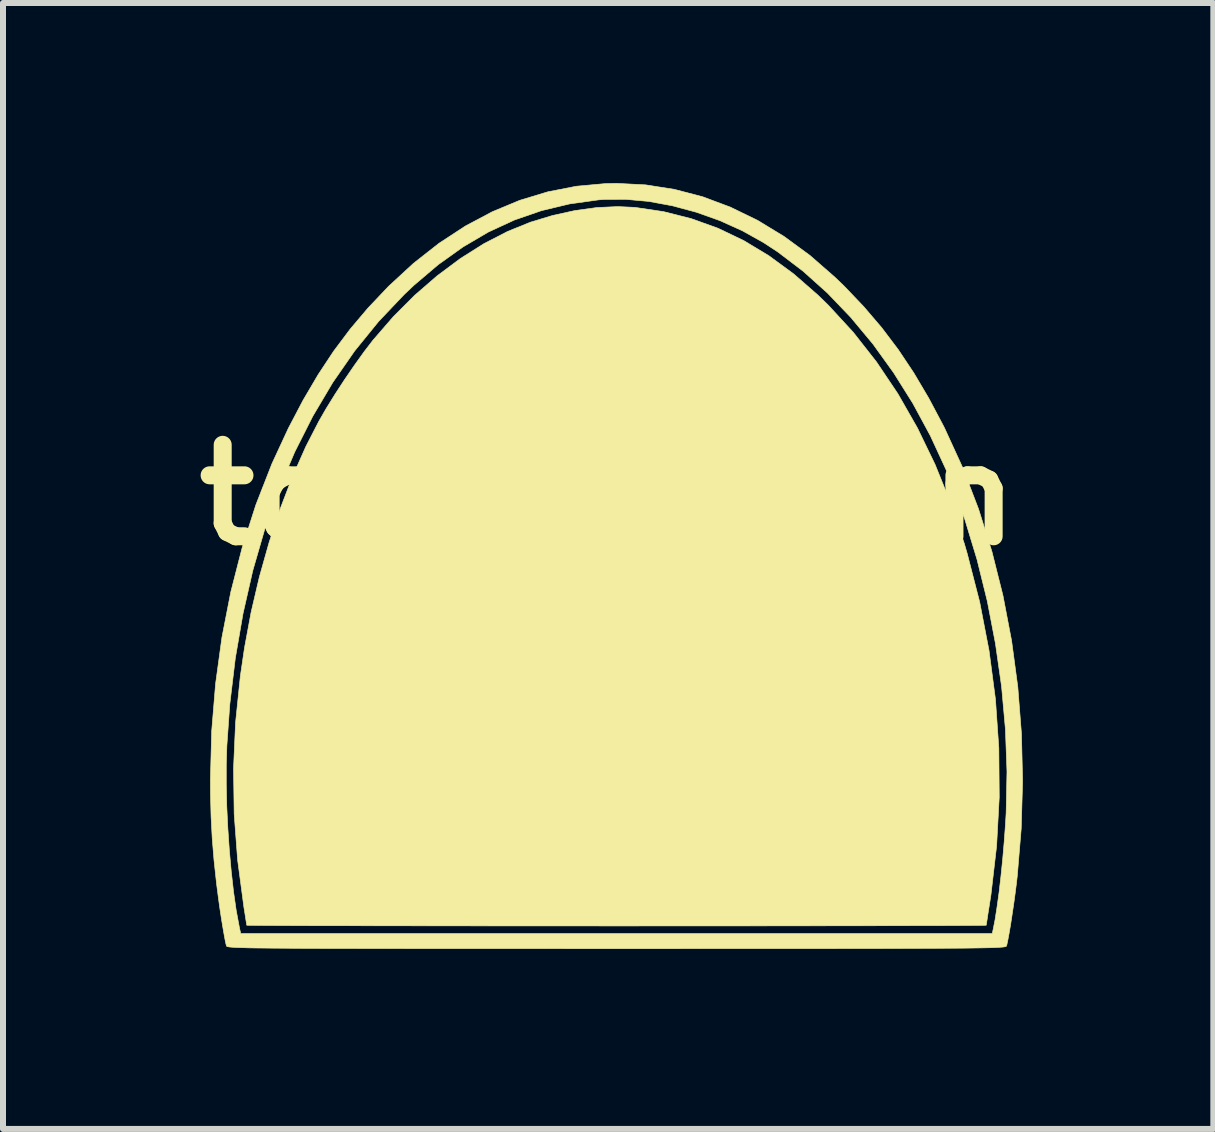
<source format=kicad_pcb>
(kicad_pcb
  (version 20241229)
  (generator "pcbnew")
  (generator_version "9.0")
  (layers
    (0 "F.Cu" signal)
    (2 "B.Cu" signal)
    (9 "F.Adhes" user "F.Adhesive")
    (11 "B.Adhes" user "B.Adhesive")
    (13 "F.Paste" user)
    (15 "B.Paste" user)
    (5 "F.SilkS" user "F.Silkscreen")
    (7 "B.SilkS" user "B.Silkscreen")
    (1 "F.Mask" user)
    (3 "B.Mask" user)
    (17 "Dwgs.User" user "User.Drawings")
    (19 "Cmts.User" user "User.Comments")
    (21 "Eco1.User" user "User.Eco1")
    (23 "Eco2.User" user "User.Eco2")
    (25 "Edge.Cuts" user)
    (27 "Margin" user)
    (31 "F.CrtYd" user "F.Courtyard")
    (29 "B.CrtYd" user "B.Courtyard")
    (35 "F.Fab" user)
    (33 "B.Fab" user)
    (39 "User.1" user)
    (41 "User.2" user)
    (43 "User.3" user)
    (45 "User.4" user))
  (footprint "touchbutton"
    (layer "F.Cu")
    (at 7.083 5.196)
    (property "Reference" "touchbutton" (at 0 0 0) (layer "F.SilkS") (effects (font (size 1.524 1.524) (thickness 0.3))))
    (attr through_hole)
    (fp_poly (pts (xy 0.444 -4.791) (xy 0.922 -4.72) (xy 1.382 -4.604) (xy 1.828 -4.444) (xy 2.26 -4.237) (xy 2.681 -3.983) (xy 3.092 -3.681) (xy 3.494 -3.33) (xy 3.666 -3.163) (xy 4.084 -2.709) (xy 4.471 -2.216) (xy 4.828 -1.684) (xy 5.153 -1.115) (xy 5.446 -0.509) (xy 5.706 0.133) (xy 5.933 0.808) (xy 5.983 0.98) (xy 6.19 1.785) (xy 6.346 2.594) (xy 6.453 3.406) (xy 6.509 4.22) (xy 6.516 5.035) (xy 6.472 5.849) (xy 6.378 6.661) (xy 6.349 6.848) (xy 6.33 6.967) (xy 6.315 7.067) (xy 6.304 7.137) (xy 6.3 7.169) (xy 6.3 7.169) (xy 6.275 7.171) (xy 6.202 7.172) (xy 6.083 7.173) (xy 5.919 7.174) (xy 5.715 7.175) (xy 5.47 7.176) (xy 5.188 7.176) (xy 4.871 7.177) (xy 4.521 7.178) (xy 4.139 7.179) (xy 3.729 7.179) (xy 3.292 7.18) (xy 2.831 7.18) (xy 2.347 7.181) (xy 1.844 7.181) (xy 1.322 7.181) (xy 0.784 7.181) (xy 0.232 7.182) (xy 0.139 7.182) (xy -0.415 7.181) (xy -0.955 7.181) (xy -1.48 7.181) (xy -1.987 7.181) (xy -2.474 7.18) (xy -2.939 7.18) (xy -3.38 7.179) (xy -3.795 7.179) (xy -4.182 7.178) (xy -4.537 7.177) (xy -4.86 7.177) (xy -5.148 7.176) (xy -5.399 7.175) (xy -5.611 7.174) (xy -5.781 7.173) (xy -5.908 7.172) (xy -5.989 7.171) (xy -6.022 7.17) (xy -6.022 7.169) (xy -6.026 7.141) (xy -6.037 7.074) (xy -6.052 6.976) (xy -6.071 6.858) (xy -6.072 6.848) (xy -6.174 6.08) (xy -6.231 5.319) (xy -6.242 4.559) (xy -6.208 3.793) (xy -6.128 3.016) (xy -6.059 2.547) (xy -5.949 1.954) (xy -5.811 1.365) (xy -5.648 0.787) (xy -5.463 0.227) (xy -5.259 -0.306) (xy -5.037 -0.806) (xy -4.822 -1.224) (xy -4.699 -1.438) (xy -4.553 -1.674) (xy -4.393 -1.919) (xy -4.228 -2.16) (xy -4.068 -2.383) (xy -3.921 -2.575) (xy -3.914 -2.583) (xy -3.581 -2.968) (xy -3.225 -3.325) (xy -2.851 -3.649) (xy -2.465 -3.937) (xy -2.071 -4.186) (xy -1.673 -4.391) (xy -1.295 -4.544) (xy -0.925 -4.656) (xy -0.553 -4.738) (xy -0.188 -4.788) (xy 0.16 -4.804) (xy 0.444 -4.791)) (stroke (width 0.01) (type solid)) (fill yes) (layer "F.SilkS"))
    (fp_poly (pts (xy 0.624 -5.166) (xy 1.103 -5.091) (xy 1.574 -4.968) (xy 2.036 -4.795) (xy 2.489 -4.575) (xy 2.931 -4.306) (xy 3.361 -3.991) (xy 3.777 -3.628) (xy 3.933 -3.478) (xy 4.259 -3.136) (xy 4.557 -2.787) (xy 4.833 -2.422) (xy 5.093 -2.032) (xy 5.343 -1.609) (xy 5.589 -1.145) (xy 5.606 -1.111) (xy 5.907 -0.454) (xy 6.17 0.232) (xy 6.394 0.944) (xy 6.578 1.678) (xy 6.722 2.431) (xy 6.825 3.199) (xy 6.886 3.98) (xy 6.905 4.768) (xy 6.882 5.56) (xy 6.816 6.354) (xy 6.802 6.476) (xy 6.781 6.641) (xy 6.757 6.816) (xy 6.731 6.99) (xy 6.706 7.155) (xy 6.681 7.301) (xy 6.659 7.419) (xy 6.642 7.499) (xy 6.637 7.515) (xy 6.634 7.52) (xy 6.626 7.524) (xy 6.612 7.528) (xy 6.59 7.532) (xy 6.558 7.535) (xy 6.514 7.538) (xy 6.456 7.541) (xy 6.383 7.544) (xy 6.293 7.546) (xy 6.183 7.548) (xy 6.053 7.55) (xy 5.9 7.552) (xy 5.723 7.553) (xy 5.519 7.554) (xy 5.287 7.555) (xy 5.026 7.556) (xy 4.732 7.557) (xy 4.406 7.558) (xy 4.043 7.558) (xy 3.644 7.559) (xy 3.206 7.559) (xy 2.727 7.559) (xy 2.205 7.559) (xy 1.639 7.559) (xy 1.027 7.56) (xy 0.367 7.56) (xy 0.139 7.56) (xy -0.538 7.56) (xy -1.165 7.559) (xy -1.746 7.559) (xy -2.282 7.559) (xy -2.775 7.559) (xy -3.227 7.559) (xy -3.639 7.558) (xy -4.013 7.558) (xy -4.351 7.557) (xy -4.655 7.557) (xy -4.927 7.556) (xy -5.169 7.555) (xy -5.381 7.553) (xy -5.567 7.552) (xy -5.728 7.55) (xy -5.866 7.549) (xy -5.982 7.547) (xy -6.078 7.544) (xy -6.157 7.542) (xy -6.219 7.539) (xy -6.267 7.536) (xy -6.303 7.533) (xy -6.329 7.529) (xy -6.345 7.526) (xy -6.355 7.521) (xy -6.359 7.517) (xy -6.36 7.515) (xy -6.376 7.45) (xy -6.396 7.344) (xy -6.42 7.206) (xy -6.446 7.047) (xy -6.472 6.875) (xy -6.496 6.699) (xy -6.518 6.53) (xy -6.525 6.476) (xy -6.567 6.088) (xy -6.597 5.723) (xy -6.616 5.363) (xy -6.626 4.985) (xy -6.627 4.827) (xy -6.363 4.827) (xy -6.355 5.185) (xy -6.337 5.552) (xy -6.312 5.918) (xy -6.28 6.274) (xy -6.242 6.611) (xy -6.198 6.919) (xy -6.148 7.188) (xy -6.135 7.251) (xy -6.122 7.308) (xy 6.399 7.308) (xy 6.412 7.251) (xy 6.446 7.08) (xy 6.479 6.868) (xy 6.513 6.623) (xy 6.544 6.355) (xy 6.573 6.072) (xy 6.598 5.784) (xy 6.619 5.499) (xy 6.631 5.298) (xy 6.645 4.611) (xy 6.619 3.906) (xy 6.555 3.193) (xy 6.453 2.478) (xy 6.317 1.77) (xy 6.146 1.077) (xy 5.942 0.406) (xy 5.707 -0.235) (xy 5.628 -0.424) (xy 5.367 -0.988) (xy 5.076 -1.526) (xy 4.756 -2.036) (xy 4.411 -2.515) (xy 4.042 -2.958) (xy 3.653 -3.364) (xy 3.246 -3.729) (xy 2.824 -4.05) (xy 2.587 -4.205) (xy 2.234 -4.402) (xy 1.859 -4.571) (xy 1.469 -4.71) (xy 1.072 -4.817) (xy 0.677 -4.89) (xy 0.292 -4.925) (xy -0.074 -4.923) (xy -0.161 -4.916) (xy -0.646 -4.848) (xy -1.112 -4.736) (xy -1.561 -4.581) (xy -1.996 -4.38) (xy -2.418 -4.132) (xy -2.831 -3.837) (xy -3.235 -3.494) (xy -3.399 -3.339) (xy -3.826 -2.889) (xy -4.223 -2.4) (xy -4.588 -1.874) (xy -4.921 -1.312) (xy -5.222 -0.716) (xy -5.489 -0.087) (xy -5.722 0.572) (xy -5.921 1.26) (xy -6.084 1.977) (xy -6.212 2.719) (xy -6.304 3.486) (xy -6.353 4.177) (xy -6.363 4.488) (xy -6.363 4.827) (xy -6.627 4.827) (xy -6.627 4.737) (xy -6.606 3.937) (xy -6.541 3.147) (xy -6.435 2.372) (xy -6.287 1.615) (xy -6.098 0.878) (xy -5.87 0.166) (xy -5.602 -0.52) (xy -5.328 -1.111) (xy -5.083 -1.578) (xy -4.833 -2.003) (xy -4.574 -2.395) (xy -4.299 -2.762) (xy -4.003 -3.112) (xy -3.679 -3.454) (xy -3.656 -3.478) (xy -3.244 -3.858) (xy -2.819 -4.192) (xy -2.382 -4.478) (xy -1.933 -4.717) (xy -1.474 -4.908) (xy -1.006 -5.05) (xy -0.53 -5.143) (xy -0.047 -5.187) (xy 0.139 -5.191) (xy 0.624 -5.166)) (stroke (width 0.01) (type solid)) (fill yes) (layer "F.SilkS")))
  (gr_rect
    (start -3 -3)
    (end 17.166 15.76)
    (stroke (width 0.1) (type default))
    (fill no)
    (layer "Edge.Cuts")))
</source>
